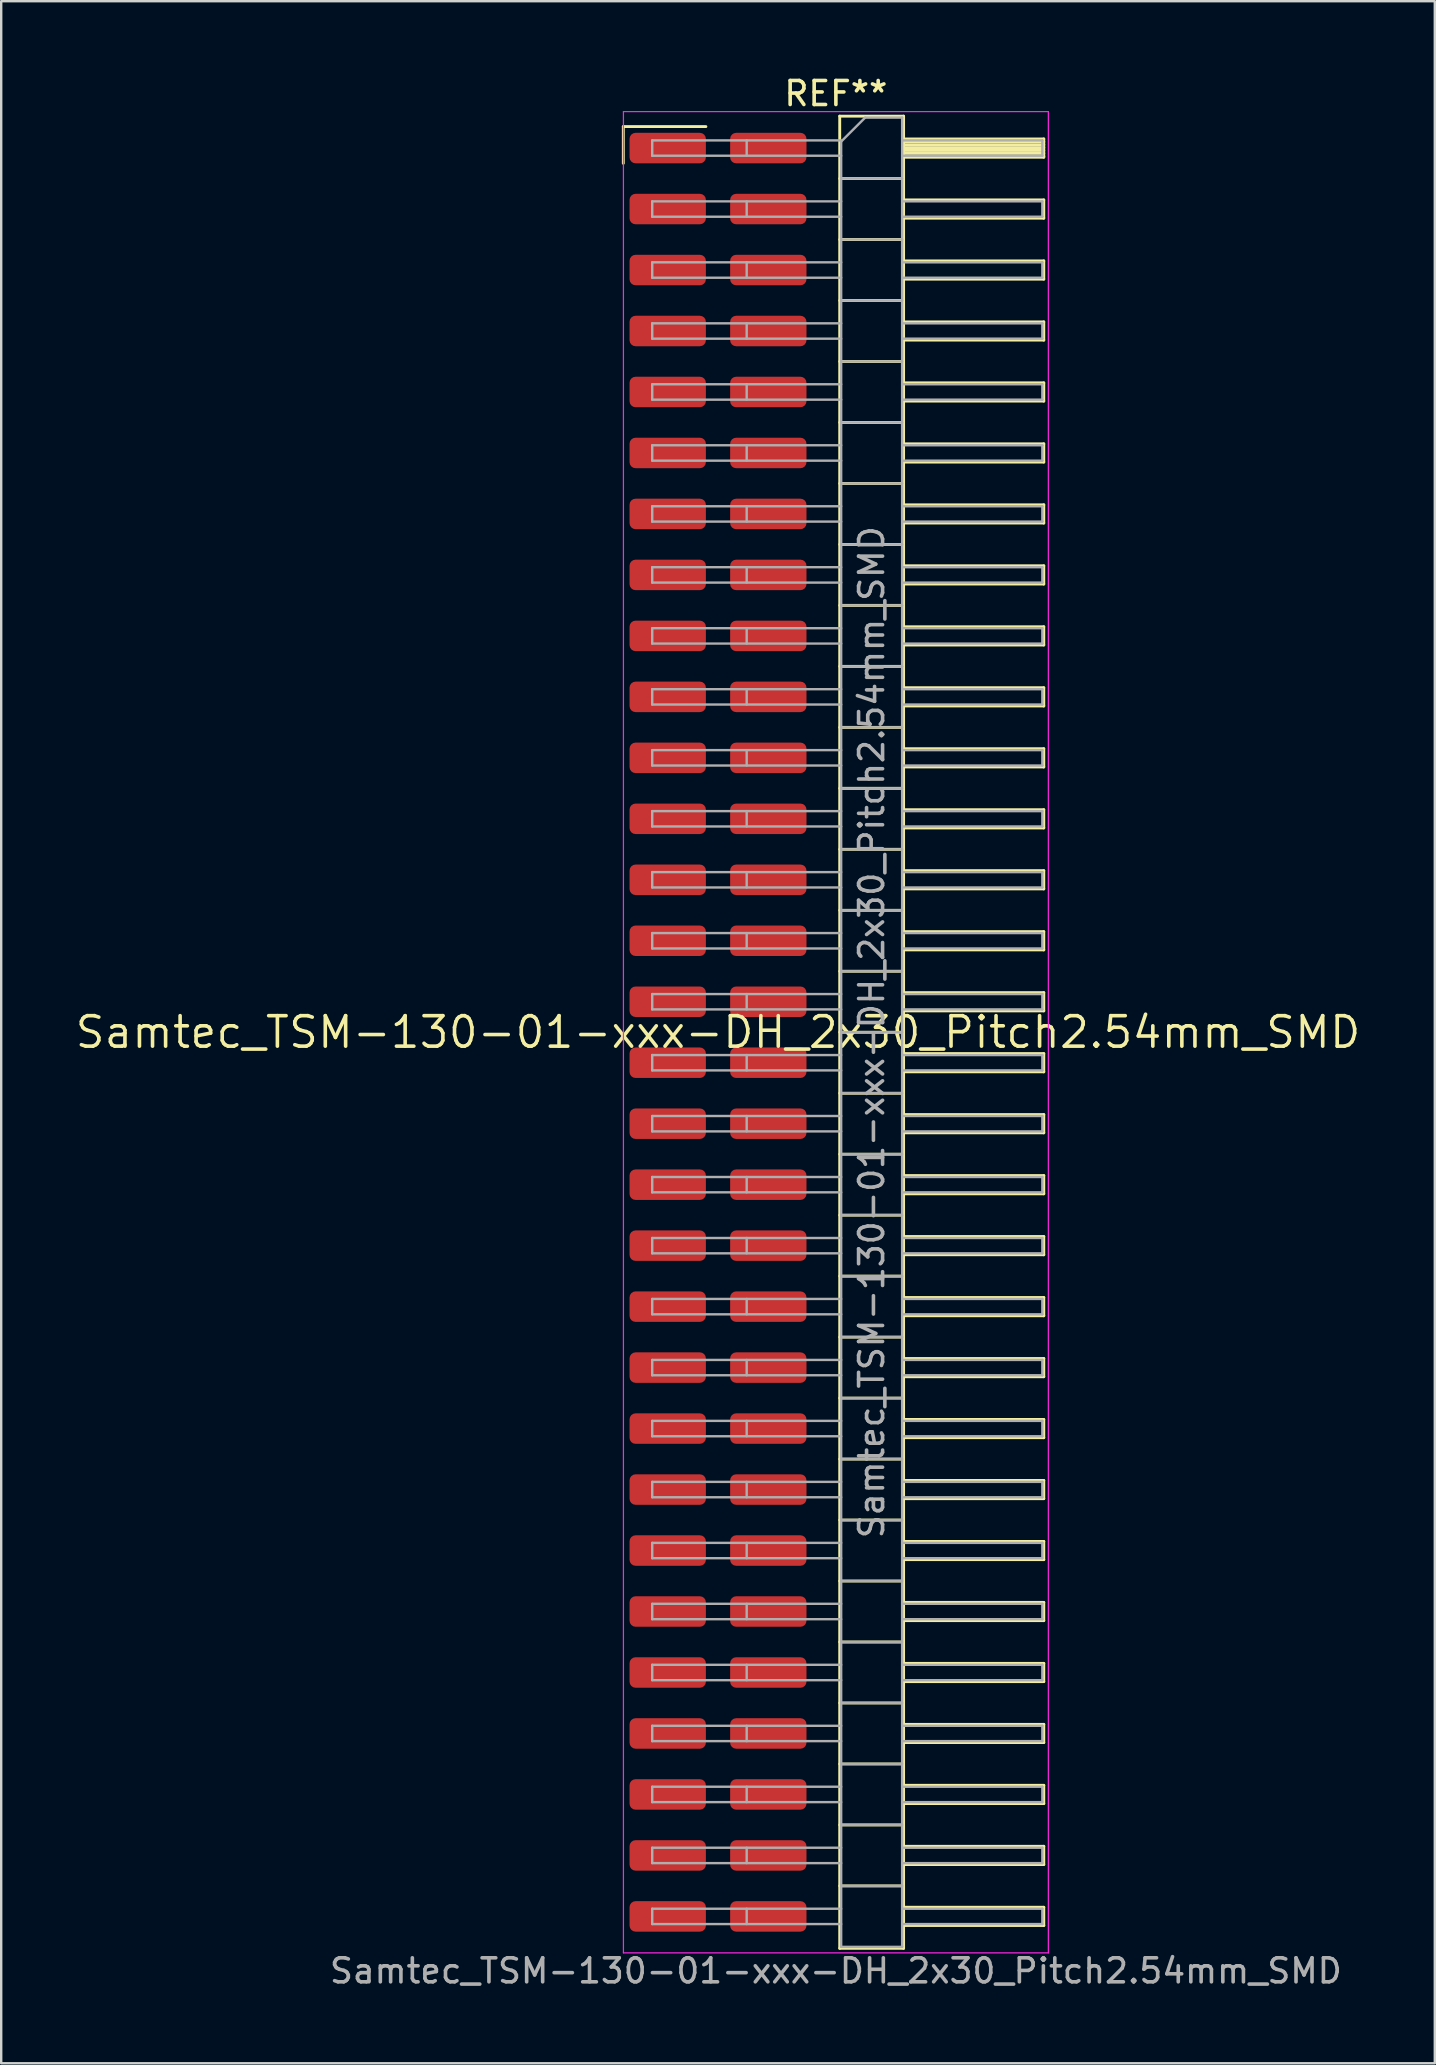
<source format=kicad_pcb>
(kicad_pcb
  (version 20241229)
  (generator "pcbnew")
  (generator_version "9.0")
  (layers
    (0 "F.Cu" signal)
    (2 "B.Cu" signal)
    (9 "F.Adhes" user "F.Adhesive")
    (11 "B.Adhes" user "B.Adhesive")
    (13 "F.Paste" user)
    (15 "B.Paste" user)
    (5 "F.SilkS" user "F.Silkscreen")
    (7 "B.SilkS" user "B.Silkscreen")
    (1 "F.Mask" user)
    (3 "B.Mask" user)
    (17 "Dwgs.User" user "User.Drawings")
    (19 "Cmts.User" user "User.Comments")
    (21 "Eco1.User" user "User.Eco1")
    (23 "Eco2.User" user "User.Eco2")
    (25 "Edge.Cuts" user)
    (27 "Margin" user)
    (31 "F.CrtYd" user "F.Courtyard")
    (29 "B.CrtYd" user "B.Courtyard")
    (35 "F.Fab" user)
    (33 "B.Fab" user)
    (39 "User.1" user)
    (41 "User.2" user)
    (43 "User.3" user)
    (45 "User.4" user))
  (footprint "Samtec_TSM-130-01-xxx-DH_2x30_Pitch2.54mm_SMD"
    (layer "F.Cu")
    (at 26.859 39.948)
    (property "Reference" "Samtec_TSM-130-01-xxx-DH_2x30_Pitch2.54mm_SMD" (at 0 0 0) (layer "F.SilkS") (effects (font (size 1.27 1.27) (thickness 0.15))))
    (attr smd)
    (fp_line (start -3.945 -37.725) (end -0.505 -37.725) (stroke (width 0.12) (type solid)) (layer "F.SilkS"))
    (fp_line (start -3.945 -36.195) (end -3.945 -37.725) (stroke (width 0.12) (type solid)) (layer "F.SilkS"))
    (fp_line (start 5.07 -38.16) (end 7.73 -38.16) (stroke (width 0.12) (type solid)) (layer "F.SilkS"))
    (fp_line (start 5.07 -35.56) (end 7.73 -35.56) (stroke (width 0.12) (type solid)) (layer "F.SilkS"))
    (fp_line (start 5.07 -33.02) (end 7.73 -33.02) (stroke (width 0.12) (type solid)) (layer "F.SilkS"))
    (fp_line (start 5.07 -30.48) (end 7.73 -30.48) (stroke (width 0.12) (type solid)) (layer "F.SilkS"))
    (fp_line (start 5.07 -27.94) (end 7.73 -27.94) (stroke (width 0.12) (type solid)) (layer "F.SilkS"))
    (fp_line (start 5.07 -25.4) (end 7.73 -25.4) (stroke (width 0.12) (type solid)) (layer "F.SilkS"))
    (fp_line (start 5.07 -22.86) (end 7.73 -22.86) (stroke (width 0.12) (type solid)) (layer "F.SilkS"))
    (fp_line (start 5.07 -20.32) (end 7.73 -20.32) (stroke (width 0.12) (type solid)) (layer "F.SilkS"))
    (fp_line (start 5.07 -17.78) (end 7.73 -17.78) (stroke (width 0.12) (type solid)) (layer "F.SilkS"))
    (fp_line (start 5.07 -15.24) (end 7.73 -15.24) (stroke (width 0.12) (type solid)) (layer "F.SilkS"))
    (fp_line (start 5.07 -12.7) (end 7.73 -12.7) (stroke (width 0.12) (type solid)) (layer "F.SilkS"))
    (fp_line (start 5.07 -10.16) (end 7.73 -10.16) (stroke (width 0.12) (type solid)) (layer "F.SilkS"))
    (fp_line (start 5.07 -7.62) (end 7.73 -7.62) (stroke (width 0.12) (type solid)) (layer "F.SilkS"))
    (fp_line (start 5.07 -5.08) (end 7.73 -5.08) (stroke (width 0.12) (type solid)) (layer "F.SilkS"))
    (fp_line (start 5.07 -2.54) (end 7.73 -2.54) (stroke (width 0.12) (type solid)) (layer "F.SilkS"))
    (fp_line (start 5.07 0) (end 7.73 0) (stroke (width 0.12) (type solid)) (layer "F.SilkS"))
    (fp_line (start 5.07 2.54) (end 7.73 2.54) (stroke (width 0.12) (type solid)) (layer "F.SilkS"))
    (fp_line (start 5.07 5.08) (end 7.73 5.08) (stroke (width 0.12) (type solid)) (layer "F.SilkS"))
    (fp_line (start 5.07 7.62) (end 7.73 7.62) (stroke (width 0.12) (type solid)) (layer "F.SilkS"))
    (fp_line (start 5.07 10.16) (end 7.73 10.16) (stroke (width 0.12) (type solid)) (layer "F.SilkS"))
    (fp_line (start 5.07 12.7) (end 7.73 12.7) (stroke (width 0.12) (type solid)) (layer "F.SilkS"))
    (fp_line (start 5.07 15.24) (end 7.73 15.24) (stroke (width 0.12) (type solid)) (layer "F.SilkS"))
    (fp_line (start 5.07 17.78) (end 7.73 17.78) (stroke (width 0.12) (type solid)) (layer "F.SilkS"))
    (fp_line (start 5.07 20.32) (end 7.73 20.32) (stroke (width 0.12) (type solid)) (layer "F.SilkS"))
    (fp_line (start 5.07 22.86) (end 7.73 22.86) (stroke (width 0.12) (type solid)) (layer "F.SilkS"))
    (fp_line (start 5.07 25.4) (end 7.73 25.4) (stroke (width 0.12) (type solid)) (layer "F.SilkS"))
    (fp_line (start 5.07 27.94) (end 7.73 27.94) (stroke (width 0.12) (type solid)) (layer "F.SilkS"))
    (fp_line (start 5.07 30.48) (end 7.73 30.48) (stroke (width 0.12) (type solid)) (layer "F.SilkS"))
    (fp_line (start 5.07 33.02) (end 7.73 33.02) (stroke (width 0.12) (type solid)) (layer "F.SilkS"))
    (fp_line (start 5.07 35.56) (end 7.73 35.56) (stroke (width 0.12) (type solid)) (layer "F.SilkS"))
    (fp_line (start 5.07 38.16) (end 5.07 -38.16) (stroke (width 0.12) (type solid)) (layer "F.SilkS"))
    (fp_line (start 7.73 -38.16) (end 7.73 38.16) (stroke (width 0.12) (type solid)) (layer "F.SilkS"))
    (fp_line (start 7.73 -37.21) (end 13.57 -37.21) (stroke (width 0.12) (type solid)) (layer "F.SilkS"))
    (fp_line (start 7.73 -37.09) (end 13.57 -37.09) (stroke (width 0.12) (type solid)) (layer "F.SilkS"))
    (fp_line (start 7.73 -36.97) (end 13.57 -36.97) (stroke (width 0.12) (type solid)) (layer "F.SilkS"))
    (fp_line (start 7.73 -36.85) (end 13.57 -36.85) (stroke (width 0.12) (type solid)) (layer "F.SilkS"))
    (fp_line (start 7.73 -36.73) (end 13.57 -36.73) (stroke (width 0.12) (type solid)) (layer "F.SilkS"))
    (fp_line (start 7.73 -36.61) (end 13.57 -36.61) (stroke (width 0.12) (type solid)) (layer "F.SilkS"))
    (fp_line (start 7.73 -36.49) (end 13.57 -36.49) (stroke (width 0.12) (type solid)) (layer "F.SilkS"))
    (fp_line (start 7.73 -36.45) (end 13.57 -36.45) (stroke (width 0.12) (type solid)) (layer "F.SilkS"))
    (fp_line (start 7.73 -34.67) (end 13.57 -34.67) (stroke (width 0.12) (type solid)) (layer "F.SilkS"))
    (fp_line (start 7.73 -33.91) (end 13.57 -33.91) (stroke (width 0.12) (type solid)) (layer "F.SilkS"))
    (fp_line (start 7.73 -32.13) (end 13.57 -32.13) (stroke (width 0.12) (type solid)) (layer "F.SilkS"))
    (fp_line (start 7.73 -31.37) (end 13.57 -31.37) (stroke (width 0.12) (type solid)) (layer "F.SilkS"))
    (fp_line (start 7.73 -29.59) (end 13.57 -29.59) (stroke (width 0.12) (type solid)) (layer "F.SilkS"))
    (fp_line (start 7.73 -28.83) (end 13.57 -28.83) (stroke (width 0.12) (type solid)) (layer "F.SilkS"))
    (fp_line (start 7.73 -27.05) (end 13.57 -27.05) (stroke (width 0.12) (type solid)) (layer "F.SilkS"))
    (fp_line (start 7.73 -26.29) (end 13.57 -26.29) (stroke (width 0.12) (type solid)) (layer "F.SilkS"))
    (fp_line (start 7.73 -24.51) (end 13.57 -24.51) (stroke (width 0.12) (type solid)) (layer "F.SilkS"))
    (fp_line (start 7.73 -23.75) (end 13.57 -23.75) (stroke (width 0.12) (type solid)) (layer "F.SilkS"))
    (fp_line (start 7.73 -21.97) (end 13.57 -21.97) (stroke (width 0.12) (type solid)) (layer "F.SilkS"))
    (fp_line (start 7.73 -21.21) (end 13.57 -21.21) (stroke (width 0.12) (type solid)) (layer "F.SilkS"))
    (fp_line (start 7.73 -19.43) (end 13.57 -19.43) (stroke (width 0.12) (type solid)) (layer "F.SilkS"))
    (fp_line (start 7.73 -18.67) (end 13.57 -18.67) (stroke (width 0.12) (type solid)) (layer "F.SilkS"))
    (fp_line (start 7.73 -16.89) (end 13.57 -16.89) (stroke (width 0.12) (type solid)) (layer "F.SilkS"))
    (fp_line (start 7.73 -16.13) (end 13.57 -16.13) (stroke (width 0.12) (type solid)) (layer "F.SilkS"))
    (fp_line (start 7.73 -14.35) (end 13.57 -14.35) (stroke (width 0.12) (type solid)) (layer "F.SilkS"))
    (fp_line (start 7.73 -13.59) (end 13.57 -13.59) (stroke (width 0.12) (type solid)) (layer "F.SilkS"))
    (fp_line (start 7.73 -11.81) (end 13.57 -11.81) (stroke (width 0.12) (type solid)) (layer "F.SilkS"))
    (fp_line (start 7.73 -11.05) (end 13.57 -11.05) (stroke (width 0.12) (type solid)) (layer "F.SilkS"))
    (fp_line (start 7.73 -9.27) (end 13.57 -9.27) (stroke (width 0.12) (type solid)) (layer "F.SilkS"))
    (fp_line (start 7.73 -8.51) (end 13.57 -8.51) (stroke (width 0.12) (type solid)) (layer "F.SilkS"))
    (fp_line (start 7.73 -6.73) (end 13.57 -6.73) (stroke (width 0.12) (type solid)) (layer "F.SilkS"))
    (fp_line (start 7.73 -5.97) (end 13.57 -5.97) (stroke (width 0.12) (type solid)) (layer "F.SilkS"))
    (fp_line (start 7.73 -4.19) (end 13.57 -4.19) (stroke (width 0.12) (type solid)) (layer "F.SilkS"))
    (fp_line (start 7.73 -3.43) (end 13.57 -3.43) (stroke (width 0.12) (type solid)) (layer "F.SilkS"))
    (fp_line (start 7.73 -1.65) (end 13.57 -1.65) (stroke (width 0.12) (type solid)) (layer "F.SilkS"))
    (fp_line (start 7.73 -0.89) (end 13.57 -0.89) (stroke (width 0.12) (type solid)) (layer "F.SilkS"))
    (fp_line (start 7.73 0.89) (end 13.57 0.89) (stroke (width 0.12) (type solid)) (layer "F.SilkS"))
    (fp_line (start 7.73 1.65) (end 13.57 1.65) (stroke (width 0.12) (type solid)) (layer "F.SilkS"))
    (fp_line (start 7.73 3.43) (end 13.57 3.43) (stroke (width 0.12) (type solid)) (layer "F.SilkS"))
    (fp_line (start 7.73 4.19) (end 13.57 4.19) (stroke (width 0.12) (type solid)) (layer "F.SilkS"))
    (fp_line (start 7.73 5.97) (end 13.57 5.97) (stroke (width 0.12) (type solid)) (layer "F.SilkS"))
    (fp_line (start 7.73 6.73) (end 13.57 6.73) (stroke (width 0.12) (type solid)) (layer "F.SilkS"))
    (fp_line (start 7.73 8.51) (end 13.57 8.51) (stroke (width 0.12) (type solid)) (layer "F.SilkS"))
    (fp_line (start 7.73 9.27) (end 13.57 9.27) (stroke (width 0.12) (type solid)) (layer "F.SilkS"))
    (fp_line (start 7.73 11.05) (end 13.57 11.05) (stroke (width 0.12) (type solid)) (layer "F.SilkS"))
    (fp_line (start 7.73 11.81) (end 13.57 11.81) (stroke (width 0.12) (type solid)) (layer "F.SilkS"))
    (fp_line (start 7.73 13.59) (end 13.57 13.59) (stroke (width 0.12) (type solid)) (layer "F.SilkS"))
    (fp_line (start 7.73 14.35) (end 13.57 14.35) (stroke (width 0.12) (type solid)) (layer "F.SilkS"))
    (fp_line (start 7.73 16.13) (end 13.57 16.13) (stroke (width 0.12) (type solid)) (layer "F.SilkS"))
    (fp_line (start 7.73 16.89) (end 13.57 16.89) (stroke (width 0.12) (type solid)) (layer "F.SilkS"))
    (fp_line (start 7.73 18.67) (end 13.57 18.67) (stroke (width 0.12) (type solid)) (layer "F.SilkS"))
    (fp_line (start 7.73 19.43) (end 13.57 19.43) (stroke (width 0.12) (type solid)) (layer "F.SilkS"))
    (fp_line (start 7.73 21.21) (end 13.57 21.21) (stroke (width 0.12) (type solid)) (layer "F.SilkS"))
    (fp_line (start 7.73 21.97) (end 13.57 21.97) (stroke (width 0.12) (type solid)) (layer "F.SilkS"))
    (fp_line (start 7.73 23.75) (end 13.57 23.75) (stroke (width 0.12) (type solid)) (layer "F.SilkS"))
    (fp_line (start 7.73 24.51) (end 13.57 24.51) (stroke (width 0.12) (type solid)) (layer "F.SilkS"))
    (fp_line (start 7.73 26.29) (end 13.57 26.29) (stroke (width 0.12) (type solid)) (layer "F.SilkS"))
    (fp_line (start 7.73 27.05) (end 13.57 27.05) (stroke (width 0.12) (type solid)) (layer "F.SilkS"))
    (fp_line (start 7.73 28.83) (end 13.57 28.83) (stroke (width 0.12) (type solid)) (layer "F.SilkS"))
    (fp_line (start 7.73 29.59) (end 13.57 29.59) (stroke (width 0.12) (type solid)) (layer "F.SilkS"))
    (fp_line (start 7.73 31.37) (end 13.57 31.37) (stroke (width 0.12) (type solid)) (layer "F.SilkS"))
    (fp_line (start 7.73 32.13) (end 13.57 32.13) (stroke (width 0.12) (type solid)) (layer "F.SilkS"))
    (fp_line (start 7.73 33.91) (end 13.57 33.91) (stroke (width 0.12) (type solid)) (layer "F.SilkS"))
    (fp_line (start 7.73 34.67) (end 13.57 34.67) (stroke (width 0.12) (type solid)) (layer "F.SilkS"))
    (fp_line (start 7.73 36.45) (end 13.57 36.45) (stroke (width 0.12) (type solid)) (layer "F.SilkS"))
    (fp_line (start 7.73 37.21) (end 13.57 37.21) (stroke (width 0.12) (type solid)) (layer "F.SilkS"))
    (fp_line (start 7.73 38.16) (end 5.07 38.16) (stroke (width 0.12) (type solid)) (layer "F.SilkS"))
    (fp_line (start 13.57 -37.21) (end 13.57 -36.45) (stroke (width 0.12) (type solid)) (layer "F.SilkS"))
    (fp_line (start 13.57 -34.67) (end 13.57 -33.91) (stroke (width 0.12) (type solid)) (layer "F.SilkS"))
    (fp_line (start 13.57 -32.13) (end 13.57 -31.37) (stroke (width 0.12) (type solid)) (layer "F.SilkS"))
    (fp_line (start 13.57 -29.59) (end 13.57 -28.83) (stroke (width 0.12) (type solid)) (layer "F.SilkS"))
    (fp_line (start 13.57 -27.05) (end 13.57 -26.29) (stroke (width 0.12) (type solid)) (layer "F.SilkS"))
    (fp_line (start 13.57 -24.51) (end 13.57 -23.75) (stroke (width 0.12) (type solid)) (layer "F.SilkS"))
    (fp_line (start 13.57 -21.97) (end 13.57 -21.21) (stroke (width 0.12) (type solid)) (layer "F.SilkS"))
    (fp_line (start 13.57 -19.43) (end 13.57 -18.67) (stroke (width 0.12) (type solid)) (layer "F.SilkS"))
    (fp_line (start 13.57 -16.89) (end 13.57 -16.13) (stroke (width 0.12) (type solid)) (layer "F.SilkS"))
    (fp_line (start 13.57 -14.35) (end 13.57 -13.59) (stroke (width 0.12) (type solid)) (layer "F.SilkS"))
    (fp_line (start 13.57 -11.81) (end 13.57 -11.05) (stroke (width 0.12) (type solid)) (layer "F.SilkS"))
    (fp_line (start 13.57 -9.27) (end 13.57 -8.51) (stroke (width 0.12) (type solid)) (layer "F.SilkS"))
    (fp_line (start 13.57 -6.73) (end 13.57 -5.97) (stroke (width 0.12) (type solid)) (layer "F.SilkS"))
    (fp_line (start 13.57 -4.19) (end 13.57 -3.43) (stroke (width 0.12) (type solid)) (layer "F.SilkS"))
    (fp_line (start 13.57 -1.65) (end 13.57 -0.89) (stroke (width 0.12) (type solid)) (layer "F.SilkS"))
    (fp_line (start 13.57 0.89) (end 13.57 1.65) (stroke (width 0.12) (type solid)) (layer "F.SilkS"))
    (fp_line (start 13.57 3.43) (end 13.57 4.19) (stroke (width 0.12) (type solid)) (layer "F.SilkS"))
    (fp_line (start 13.57 5.97) (end 13.57 6.73) (stroke (width 0.12) (type solid)) (layer "F.SilkS"))
    (fp_line (start 13.57 8.51) (end 13.57 9.27) (stroke (width 0.12) (type solid)) (layer "F.SilkS"))
    (fp_line (start 13.57 11.05) (end 13.57 11.81) (stroke (width 0.12) (type solid)) (layer "F.SilkS"))
    (fp_line (start 13.57 13.59) (end 13.57 14.35) (stroke (width 0.12) (type solid)) (layer "F.SilkS"))
    (fp_line (start 13.57 16.13) (end 13.57 16.89) (stroke (width 0.12) (type solid)) (layer "F.SilkS"))
    (fp_line (start 13.57 18.67) (end 13.57 19.43) (stroke (width 0.12) (type solid)) (layer "F.SilkS"))
    (fp_line (start 13.57 21.21) (end 13.57 21.97) (stroke (width 0.12) (type solid)) (layer "F.SilkS"))
    (fp_line (start 13.57 23.75) (end 13.57 24.51) (stroke (width 0.12) (type solid)) (layer "F.SilkS"))
    (fp_line (start 13.57 26.29) (end 13.57 27.05) (stroke (width 0.12) (type solid)) (layer "F.SilkS"))
    (fp_line (start 13.57 28.83) (end 13.57 29.59) (stroke (width 0.12) (type solid)) (layer "F.SilkS"))
    (fp_line (start 13.57 31.37) (end 13.57 32.13) (stroke (width 0.12) (type solid)) (layer "F.SilkS"))
    (fp_line (start 13.57 33.91) (end 13.57 34.67) (stroke (width 0.12) (type solid)) (layer "F.SilkS"))
    (fp_line (start 13.57 36.45) (end 13.57 37.21) (stroke (width 0.12) (type solid)) (layer "F.SilkS"))
    (fp_line (start -3.94 -38.35) (end 13.76 -38.35) (stroke (width 0.05) (type solid)) (layer "F.CrtYd"))
    (fp_line (start -3.94 38.35) (end -3.94 -38.35) (stroke (width 0.05) (type solid)) (layer "F.CrtYd"))
    (fp_line (start 13.76 -38.35) (end 13.76 38.35) (stroke (width 0.05) (type solid)) (layer "F.CrtYd"))
    (fp_line (start 13.76 38.35) (end -3.94 38.35) (stroke (width 0.05) (type solid)) (layer "F.CrtYd"))
    (fp_line (start -2.74 -37.15) (end -2.74 -36.51) (stroke (width 0.1) (type solid)) (layer "F.Fab"))
    (fp_line (start -2.74 -37.15) (end 5.13 -37.15) (stroke (width 0.1) (type solid)) (layer "F.Fab"))
    (fp_line (start -2.74 -36.51) (end 5.13 -36.51) (stroke (width 0.1) (type solid)) (layer "F.Fab"))
    (fp_line (start -2.74 -34.61) (end -2.74 -33.97) (stroke (width 0.1) (type solid)) (layer "F.Fab"))
    (fp_line (start -2.74 -34.61) (end 5.13 -34.61) (stroke (width 0.1) (type solid)) (layer "F.Fab"))
    (fp_line (start -2.74 -33.97) (end 5.13 -33.97) (stroke (width 0.1) (type solid)) (layer "F.Fab"))
    (fp_line (start -2.74 -32.07) (end -2.74 -31.43) (stroke (width 0.1) (type solid)) (layer "F.Fab"))
    (fp_line (start -2.74 -32.07) (end 5.13 -32.07) (stroke (width 0.1) (type solid)) (layer "F.Fab"))
    (fp_line (start -2.74 -31.43) (end 5.13 -31.43) (stroke (width 0.1) (type solid)) (layer "F.Fab"))
    (fp_line (start -2.74 -29.53) (end -2.74 -28.89) (stroke (width 0.1) (type solid)) (layer "F.Fab"))
    (fp_line (start -2.74 -29.53) (end 5.13 -29.53) (stroke (width 0.1) (type solid)) (layer "F.Fab"))
    (fp_line (start -2.74 -28.89) (end 5.13 -28.89) (stroke (width 0.1) (type solid)) (layer "F.Fab"))
    (fp_line (start -2.74 -26.99) (end -2.74 -26.35) (stroke (width 0.1) (type solid)) (layer "F.Fab"))
    (fp_line (start -2.74 -26.99) (end 5.13 -26.99) (stroke (width 0.1) (type solid)) (layer "F.Fab"))
    (fp_line (start -2.74 -26.35) (end 5.13 -26.35) (stroke (width 0.1) (type solid)) (layer "F.Fab"))
    (fp_line (start -2.74 -24.45) (end -2.74 -23.81) (stroke (width 0.1) (type solid)) (layer "F.Fab"))
    (fp_line (start -2.74 -24.45) (end 5.13 -24.45) (stroke (width 0.1) (type solid)) (layer "F.Fab"))
    (fp_line (start -2.74 -23.81) (end 5.13 -23.81) (stroke (width 0.1) (type solid)) (layer "F.Fab"))
    (fp_line (start -2.74 -21.91) (end -2.74 -21.27) (stroke (width 0.1) (type solid)) (layer "F.Fab"))
    (fp_line (start -2.74 -21.91) (end 5.13 -21.91) (stroke (width 0.1) (type solid)) (layer "F.Fab"))
    (fp_line (start -2.74 -21.27) (end 5.13 -21.27) (stroke (width 0.1) (type solid)) (layer "F.Fab"))
    (fp_line (start -2.74 -19.37) (end -2.74 -18.73) (stroke (width 0.1) (type solid)) (layer "F.Fab"))
    (fp_line (start -2.74 -19.37) (end 5.13 -19.37) (stroke (width 0.1) (type solid)) (layer "F.Fab"))
    (fp_line (start -2.74 -18.73) (end 5.13 -18.73) (stroke (width 0.1) (type solid)) (layer "F.Fab"))
    (fp_line (start -2.74 -16.83) (end -2.74 -16.19) (stroke (width 0.1) (type solid)) (layer "F.Fab"))
    (fp_line (start -2.74 -16.83) (end 5.13 -16.83) (stroke (width 0.1) (type solid)) (layer "F.Fab"))
    (fp_line (start -2.74 -16.19) (end 5.13 -16.19) (stroke (width 0.1) (type solid)) (layer "F.Fab"))
    (fp_line (start -2.74 -14.29) (end -2.74 -13.65) (stroke (width 0.1) (type solid)) (layer "F.Fab"))
    (fp_line (start -2.74 -14.29) (end 5.13 -14.29) (stroke (width 0.1) (type solid)) (layer "F.Fab"))
    (fp_line (start -2.74 -13.65) (end 5.13 -13.65) (stroke (width 0.1) (type solid)) (layer "F.Fab"))
    (fp_line (start -2.74 -11.75) (end -2.74 -11.11) (stroke (width 0.1) (type solid)) (layer "F.Fab"))
    (fp_line (start -2.74 -11.75) (end 5.13 -11.75) (stroke (width 0.1) (type solid)) (layer "F.Fab"))
    (fp_line (start -2.74 -11.11) (end 5.13 -11.11) (stroke (width 0.1) (type solid)) (layer "F.Fab"))
    (fp_line (start -2.74 -9.21) (end -2.74 -8.57) (stroke (width 0.1) (type solid)) (layer "F.Fab"))
    (fp_line (start -2.74 -9.21) (end 5.13 -9.21) (stroke (width 0.1) (type solid)) (layer "F.Fab"))
    (fp_line (start -2.74 -8.57) (end 5.13 -8.57) (stroke (width 0.1) (type solid)) (layer "F.Fab"))
    (fp_line (start -2.74 -6.67) (end -2.74 -6.03) (stroke (width 0.1) (type solid)) (layer "F.Fab"))
    (fp_line (start -2.74 -6.67) (end 5.13 -6.67) (stroke (width 0.1) (type solid)) (layer "F.Fab"))
    (fp_line (start -2.74 -6.03) (end 5.13 -6.03) (stroke (width 0.1) (type solid)) (layer "F.Fab"))
    (fp_line (start -2.74 -4.13) (end -2.74 -3.49) (stroke (width 0.1) (type solid)) (layer "F.Fab"))
    (fp_line (start -2.74 -4.13) (end 5.13 -4.13) (stroke (width 0.1) (type solid)) (layer "F.Fab"))
    (fp_line (start -2.74 -3.49) (end 5.13 -3.49) (stroke (width 0.1) (type solid)) (layer "F.Fab"))
    (fp_line (start -2.74 -1.59) (end -2.74 -0.95) (stroke (width 0.1) (type solid)) (layer "F.Fab"))
    (fp_line (start -2.74 -1.59) (end 5.13 -1.59) (stroke (width 0.1) (type solid)) (layer "F.Fab"))
    (fp_line (start -2.74 -0.95) (end 5.13 -0.95) (stroke (width 0.1) (type solid)) (layer "F.Fab"))
    (fp_line (start -2.74 0.95) (end -2.74 1.59) (stroke (width 0.1) (type solid)) (layer "F.Fab"))
    (fp_line (start -2.74 0.95) (end 5.13 0.95) (stroke (width 0.1) (type solid)) (layer "F.Fab"))
    (fp_line (start -2.74 1.59) (end 5.13 1.59) (stroke (width 0.1) (type solid)) (layer "F.Fab"))
    (fp_line (start -2.74 3.49) (end -2.74 4.13) (stroke (width 0.1) (type solid)) (layer "F.Fab"))
    (fp_line (start -2.74 3.49) (end 5.13 3.49) (stroke (width 0.1) (type solid)) (layer "F.Fab"))
    (fp_line (start -2.74 4.13) (end 5.13 4.13) (stroke (width 0.1) (type solid)) (layer "F.Fab"))
    (fp_line (start -2.74 6.03) (end -2.74 6.67) (stroke (width 0.1) (type solid)) (layer "F.Fab"))
    (fp_line (start -2.74 6.03) (end 5.13 6.03) (stroke (width 0.1) (type solid)) (layer "F.Fab"))
    (fp_line (start -2.74 6.67) (end 5.13 6.67) (stroke (width 0.1) (type solid)) (layer "F.Fab"))
    (fp_line (start -2.74 8.57) (end -2.74 9.21) (stroke (width 0.1) (type solid)) (layer "F.Fab"))
    (fp_line (start -2.74 8.57) (end 5.13 8.57) (stroke (width 0.1) (type solid)) (layer "F.Fab"))
    (fp_line (start -2.74 9.21) (end 5.13 9.21) (stroke (width 0.1) (type solid)) (layer "F.Fab"))
    (fp_line (start -2.74 11.11) (end -2.74 11.75) (stroke (width 0.1) (type solid)) (layer "F.Fab"))
    (fp_line (start -2.74 11.11) (end 5.13 11.11) (stroke (width 0.1) (type solid)) (layer "F.Fab"))
    (fp_line (start -2.74 11.75) (end 5.13 11.75) (stroke (width 0.1) (type solid)) (layer "F.Fab"))
    (fp_line (start -2.74 13.65) (end -2.74 14.29) (stroke (width 0.1) (type solid)) (layer "F.Fab"))
    (fp_line (start -2.74 13.65) (end 5.13 13.65) (stroke (width 0.1) (type solid)) (layer "F.Fab"))
    (fp_line (start -2.74 14.29) (end 5.13 14.29) (stroke (width 0.1) (type solid)) (layer "F.Fab"))
    (fp_line (start -2.74 16.19) (end -2.74 16.83) (stroke (width 0.1) (type solid)) (layer "F.Fab"))
    (fp_line (start -2.74 16.19) (end 5.13 16.19) (stroke (width 0.1) (type solid)) (layer "F.Fab"))
    (fp_line (start -2.74 16.83) (end 5.13 16.83) (stroke (width 0.1) (type solid)) (layer "F.Fab"))
    (fp_line (start -2.74 18.73) (end -2.74 19.37) (stroke (width 0.1) (type solid)) (layer "F.Fab"))
    (fp_line (start -2.74 18.73) (end 5.13 18.73) (stroke (width 0.1) (type solid)) (layer "F.Fab"))
    (fp_line (start -2.74 19.37) (end 5.13 19.37) (stroke (width 0.1) (type solid)) (layer "F.Fab"))
    (fp_line (start -2.74 21.27) (end -2.74 21.91) (stroke (width 0.1) (type solid)) (layer "F.Fab"))
    (fp_line (start -2.74 21.27) (end 5.13 21.27) (stroke (width 0.1) (type solid)) (layer "F.Fab"))
    (fp_line (start -2.74 21.91) (end 5.13 21.91) (stroke (width 0.1) (type solid)) (layer "F.Fab"))
    (fp_line (start -2.74 23.81) (end -2.74 24.45) (stroke (width 0.1) (type solid)) (layer "F.Fab"))
    (fp_line (start -2.74 23.81) (end 5.13 23.81) (stroke (width 0.1) (type solid)) (layer "F.Fab"))
    (fp_line (start -2.74 24.45) (end 5.13 24.45) (stroke (width 0.1) (type solid)) (layer "F.Fab"))
    (fp_line (start -2.74 26.35) (end -2.74 26.99) (stroke (width 0.1) (type solid)) (layer "F.Fab"))
    (fp_line (start -2.74 26.35) (end 5.13 26.35) (stroke (width 0.1) (type solid)) (layer "F.Fab"))
    (fp_line (start -2.74 26.99) (end 5.13 26.99) (stroke (width 0.1) (type solid)) (layer "F.Fab"))
    (fp_line (start -2.74 28.89) (end -2.74 29.53) (stroke (width 0.1) (type solid)) (layer "F.Fab"))
    (fp_line (start -2.74 28.89) (end 5.13 28.89) (stroke (width 0.1) (type solid)) (layer "F.Fab"))
    (fp_line (start -2.74 29.53) (end 5.13 29.53) (stroke (width 0.1) (type solid)) (layer "F.Fab"))
    (fp_line (start -2.74 31.43) (end -2.74 32.07) (stroke (width 0.1) (type solid)) (layer "F.Fab"))
    (fp_line (start -2.74 31.43) (end 5.13 31.43) (stroke (width 0.1) (type solid)) (layer "F.Fab"))
    (fp_line (start -2.74 32.07) (end 5.13 32.07) (stroke (width 0.1) (type solid)) (layer "F.Fab"))
    (fp_line (start -2.74 33.97) (end -2.74 34.61) (stroke (width 0.1) (type solid)) (layer "F.Fab"))
    (fp_line (start -2.74 33.97) (end 5.13 33.97) (stroke (width 0.1) (type solid)) (layer "F.Fab"))
    (fp_line (start -2.74 34.61) (end 5.13 34.61) (stroke (width 0.1) (type solid)) (layer "F.Fab"))
    (fp_line (start -2.74 36.51) (end -2.74 37.15) (stroke (width 0.1) (type solid)) (layer "F.Fab"))
    (fp_line (start -2.74 36.51) (end 5.13 36.51) (stroke (width 0.1) (type solid)) (layer "F.Fab"))
    (fp_line (start -2.74 37.15) (end 5.13 37.15) (stroke (width 0.1) (type solid)) (layer "F.Fab"))
    (fp_line (start 1.195 -37.15) (end 1.195 -36.51) (stroke (width 0.1) (type solid)) (layer "F.Fab"))
    (fp_line (start 1.195 -34.61) (end 1.195 -33.97) (stroke (width 0.1) (type solid)) (layer "F.Fab"))
    (fp_line (start 1.195 -32.07) (end 1.195 -31.43) (stroke (width 0.1) (type solid)) (layer "F.Fab"))
    (fp_line (start 1.195 -29.53) (end 1.195 -28.89) (stroke (width 0.1) (type solid)) (layer "F.Fab"))
    (fp_line (start 1.195 -26.99) (end 1.195 -26.35) (stroke (width 0.1) (type solid)) (layer "F.Fab"))
    (fp_line (start 1.195 -24.45) (end 1.195 -23.81) (stroke (width 0.1) (type solid)) (layer "F.Fab"))
    (fp_line (start 1.195 -21.91) (end 1.195 -21.27) (stroke (width 0.1) (type solid)) (layer "F.Fab"))
    (fp_line (start 1.195 -19.37) (end 1.195 -18.73) (stroke (width 0.1) (type solid)) (layer "F.Fab"))
    (fp_line (start 1.195 -16.83) (end 1.195 -16.19) (stroke (width 0.1) (type solid)) (layer "F.Fab"))
    (fp_line (start 1.195 -14.29) (end 1.195 -13.65) (stroke (width 0.1) (type solid)) (layer "F.Fab"))
    (fp_line (start 1.195 -11.75) (end 1.195 -11.11) (stroke (width 0.1) (type solid)) (layer "F.Fab"))
    (fp_line (start 1.195 -9.21) (end 1.195 -8.57) (stroke (width 0.1) (type solid)) (layer "F.Fab"))
    (fp_line (start 1.195 -6.67) (end 1.195 -6.03) (stroke (width 0.1) (type solid)) (layer "F.Fab"))
    (fp_line (start 1.195 -4.13) (end 1.195 -3.49) (stroke (width 0.1) (type solid)) (layer "F.Fab"))
    (fp_line (start 1.195 -1.59) (end 1.195 -0.95) (stroke (width 0.1) (type solid)) (layer "F.Fab"))
    (fp_line (start 1.195 0.95) (end 1.195 1.59) (stroke (width 0.1) (type solid)) (layer "F.Fab"))
    (fp_line (start 1.195 3.49) (end 1.195 4.13) (stroke (width 0.1) (type solid)) (layer "F.Fab"))
    (fp_line (start 1.195 6.03) (end 1.195 6.67) (stroke (width 0.1) (type solid)) (layer "F.Fab"))
    (fp_line (start 1.195 8.57) (end 1.195 9.21) (stroke (width 0.1) (type solid)) (layer "F.Fab"))
    (fp_line (start 1.195 11.11) (end 1.195 11.75) (stroke (width 0.1) (type solid)) (layer "F.Fab"))
    (fp_line (start 1.195 13.65) (end 1.195 14.29) (stroke (width 0.1) (type solid)) (layer "F.Fab"))
    (fp_line (start 1.195 16.19) (end 1.195 16.83) (stroke (width 0.1) (type solid)) (layer "F.Fab"))
    (fp_line (start 1.195 18.73) (end 1.195 19.37) (stroke (width 0.1) (type solid)) (layer "F.Fab"))
    (fp_line (start 1.195 21.27) (end 1.195 21.91) (stroke (width 0.1) (type solid)) (layer "F.Fab"))
    (fp_line (start 1.195 23.81) (end 1.195 24.45) (stroke (width 0.1) (type solid)) (layer "F.Fab"))
    (fp_line (start 1.195 26.35) (end 1.195 26.99) (stroke (width 0.1) (type solid)) (layer "F.Fab"))
    (fp_line (start 1.195 28.89) (end 1.195 29.53) (stroke (width 0.1) (type solid)) (layer "F.Fab"))
    (fp_line (start 1.195 31.43) (end 1.195 32.07) (stroke (width 0.1) (type solid)) (layer "F.Fab"))
    (fp_line (start 1.195 33.97) (end 1.195 34.61) (stroke (width 0.1) (type solid)) (layer "F.Fab"))
    (fp_line (start 1.195 36.51) (end 1.195 37.15) (stroke (width 0.1) (type solid)) (layer "F.Fab"))
    (fp_line (start 5.13 -37.1) (end 6.13 -38.1) (stroke (width 0.1) (type solid)) (layer "F.Fab"))
    (fp_line (start 5.13 -35.56) (end 7.67 -35.56) (stroke (width 0.1) (type solid)) (layer "F.Fab"))
    (fp_line (start 5.13 -33.02) (end 7.67 -33.02) (stroke (width 0.1) (type solid)) (layer "F.Fab"))
    (fp_line (start 5.13 -30.48) (end 7.67 -30.48) (stroke (width 0.1) (type solid)) (layer "F.Fab"))
    (fp_line (start 5.13 -27.94) (end 7.67 -27.94) (stroke (width 0.1) (type solid)) (layer "F.Fab"))
    (fp_line (start 5.13 -25.4) (end 7.67 -25.4) (stroke (width 0.1) (type solid)) (layer "F.Fab"))
    (fp_line (start 5.13 -22.86) (end 7.67 -22.86) (stroke (width 0.1) (type solid)) (layer "F.Fab"))
    (fp_line (start 5.13 -20.32) (end 7.67 -20.32) (stroke (width 0.1) (type solid)) (layer "F.Fab"))
    (fp_line (start 5.13 -17.78) (end 7.67 -17.78) (stroke (width 0.1) (type solid)) (layer "F.Fab"))
    (fp_line (start 5.13 -15.24) (end 7.67 -15.24) (stroke (width 0.1) (type solid)) (layer "F.Fab"))
    (fp_line (start 5.13 -12.7) (end 7.67 -12.7) (stroke (width 0.1) (type solid)) (layer "F.Fab"))
    (fp_line (start 5.13 -10.16) (end 7.67 -10.16) (stroke (width 0.1) (type solid)) (layer "F.Fab"))
    (fp_line (start 5.13 -7.62) (end 7.67 -7.62) (stroke (width 0.1) (type solid)) (layer "F.Fab"))
    (fp_line (start 5.13 -5.08) (end 7.67 -5.08) (stroke (width 0.1) (type solid)) (layer "F.Fab"))
    (fp_line (start 5.13 -2.54) (end 7.67 -2.54) (stroke (width 0.1) (type solid)) (layer "F.Fab"))
    (fp_line (start 5.13 0) (end 7.67 0) (stroke (width 0.1) (type solid)) (layer "F.Fab"))
    (fp_line (start 5.13 2.54) (end 7.67 2.54) (stroke (width 0.1) (type solid)) (layer "F.Fab"))
    (fp_line (start 5.13 5.08) (end 7.67 5.08) (stroke (width 0.1) (type solid)) (layer "F.Fab"))
    (fp_line (start 5.13 7.62) (end 7.67 7.62) (stroke (width 0.1) (type solid)) (layer "F.Fab"))
    (fp_line (start 5.13 10.16) (end 7.67 10.16) (stroke (width 0.1) (type solid)) (layer "F.Fab"))
    (fp_line (start 5.13 12.7) (end 7.67 12.7) (stroke (width 0.1) (type solid)) (layer "F.Fab"))
    (fp_line (start 5.13 15.24) (end 7.67 15.24) (stroke (width 0.1) (type solid)) (layer "F.Fab"))
    (fp_line (start 5.13 17.78) (end 7.67 17.78) (stroke (width 0.1) (type solid)) (layer "F.Fab"))
    (fp_line (start 5.13 20.32) (end 7.67 20.32) (stroke (width 0.1) (type solid)) (layer "F.Fab"))
    (fp_line (start 5.13 22.86) (end 7.67 22.86) (stroke (width 0.1) (type solid)) (layer "F.Fab"))
    (fp_line (start 5.13 25.4) (end 7.67 25.4) (stroke (width 0.1) (type solid)) (layer "F.Fab"))
    (fp_line (start 5.13 27.94) (end 7.67 27.94) (stroke (width 0.1) (type solid)) (layer "F.Fab"))
    (fp_line (start 5.13 30.48) (end 7.67 30.48) (stroke (width 0.1) (type solid)) (layer "F.Fab"))
    (fp_line (start 5.13 33.02) (end 7.67 33.02) (stroke (width 0.1) (type solid)) (layer "F.Fab"))
    (fp_line (start 5.13 35.56) (end 7.67 35.56) (stroke (width 0.1) (type solid)) (layer "F.Fab"))
    (fp_line (start 5.13 38.1) (end 5.13 -37.1) (stroke (width 0.1) (type solid)) (layer "F.Fab"))
    (fp_line (start 6.13 -38.1) (end 7.67 -38.1) (stroke (width 0.1) (type solid)) (layer "F.Fab"))
    (fp_line (start 7.67 -38.1) (end 7.67 38.1) (stroke (width 0.1) (type solid)) (layer "F.Fab"))
    (fp_line (start 7.67 -37.15) (end 13.51 -37.15) (stroke (width 0.1) (type solid)) (layer "F.Fab"))
    (fp_line (start 7.67 -36.51) (end 13.51 -36.51) (stroke (width 0.1) (type solid)) (layer "F.Fab"))
    (fp_line (start 7.67 -34.61) (end 13.51 -34.61) (stroke (width 0.1) (type solid)) (layer "F.Fab"))
    (fp_line (start 7.67 -33.97) (end 13.51 -33.97) (stroke (width 0.1) (type solid)) (layer "F.Fab"))
    (fp_line (start 7.67 -32.07) (end 13.51 -32.07) (stroke (width 0.1) (type solid)) (layer "F.Fab"))
    (fp_line (start 7.67 -31.43) (end 13.51 -31.43) (stroke (width 0.1) (type solid)) (layer "F.Fab"))
    (fp_line (start 7.67 -29.53) (end 13.51 -29.53) (stroke (width 0.1) (type solid)) (layer "F.Fab"))
    (fp_line (start 7.67 -28.89) (end 13.51 -28.89) (stroke (width 0.1) (type solid)) (layer "F.Fab"))
    (fp_line (start 7.67 -26.99) (end 13.51 -26.99) (stroke (width 0.1) (type solid)) (layer "F.Fab"))
    (fp_line (start 7.67 -26.35) (end 13.51 -26.35) (stroke (width 0.1) (type solid)) (layer "F.Fab"))
    (fp_line (start 7.67 -24.45) (end 13.51 -24.45) (stroke (width 0.1) (type solid)) (layer "F.Fab"))
    (fp_line (start 7.67 -23.81) (end 13.51 -23.81) (stroke (width 0.1) (type solid)) (layer "F.Fab"))
    (fp_line (start 7.67 -21.91) (end 13.51 -21.91) (stroke (width 0.1) (type solid)) (layer "F.Fab"))
    (fp_line (start 7.67 -21.27) (end 13.51 -21.27) (stroke (width 0.1) (type solid)) (layer "F.Fab"))
    (fp_line (start 7.67 -19.37) (end 13.51 -19.37) (stroke (width 0.1) (type solid)) (layer "F.Fab"))
    (fp_line (start 7.67 -18.73) (end 13.51 -18.73) (stroke (width 0.1) (type solid)) (layer "F.Fab"))
    (fp_line (start 7.67 -16.83) (end 13.51 -16.83) (stroke (width 0.1) (type solid)) (layer "F.Fab"))
    (fp_line (start 7.67 -16.19) (end 13.51 -16.19) (stroke (width 0.1) (type solid)) (layer "F.Fab"))
    (fp_line (start 7.67 -14.29) (end 13.51 -14.29) (stroke (width 0.1) (type solid)) (layer "F.Fab"))
    (fp_line (start 7.67 -13.65) (end 13.51 -13.65) (stroke (width 0.1) (type solid)) (layer "F.Fab"))
    (fp_line (start 7.67 -11.75) (end 13.51 -11.75) (stroke (width 0.1) (type solid)) (layer "F.Fab"))
    (fp_line (start 7.67 -11.11) (end 13.51 -11.11) (stroke (width 0.1) (type solid)) (layer "F.Fab"))
    (fp_line (start 7.67 -9.21) (end 13.51 -9.21) (stroke (width 0.1) (type solid)) (layer "F.Fab"))
    (fp_line (start 7.67 -8.57) (end 13.51 -8.57) (stroke (width 0.1) (type solid)) (layer "F.Fab"))
    (fp_line (start 7.67 -6.67) (end 13.51 -6.67) (stroke (width 0.1) (type solid)) (layer "F.Fab"))
    (fp_line (start 7.67 -6.03) (end 13.51 -6.03) (stroke (width 0.1) (type solid)) (layer "F.Fab"))
    (fp_line (start 7.67 -4.13) (end 13.51 -4.13) (stroke (width 0.1) (type solid)) (layer "F.Fab"))
    (fp_line (start 7.67 -3.49) (end 13.51 -3.49) (stroke (width 0.1) (type solid)) (layer "F.Fab"))
    (fp_line (start 7.67 -1.59) (end 13.51 -1.59) (stroke (width 0.1) (type solid)) (layer "F.Fab"))
    (fp_line (start 7.67 -0.95) (end 13.51 -0.95) (stroke (width 0.1) (type solid)) (layer "F.Fab"))
    (fp_line (start 7.67 0.95) (end 13.51 0.95) (stroke (width 0.1) (type solid)) (layer "F.Fab"))
    (fp_line (start 7.67 1.59) (end 13.51 1.59) (stroke (width 0.1) (type solid)) (layer "F.Fab"))
    (fp_line (start 7.67 3.49) (end 13.51 3.49) (stroke (width 0.1) (type solid)) (layer "F.Fab"))
    (fp_line (start 7.67 4.13) (end 13.51 4.13) (stroke (width 0.1) (type solid)) (layer "F.Fab"))
    (fp_line (start 7.67 6.03) (end 13.51 6.03) (stroke (width 0.1) (type solid)) (layer "F.Fab"))
    (fp_line (start 7.67 6.67) (end 13.51 6.67) (stroke (width 0.1) (type solid)) (layer "F.Fab"))
    (fp_line (start 7.67 8.57) (end 13.51 8.57) (stroke (width 0.1) (type solid)) (layer "F.Fab"))
    (fp_line (start 7.67 9.21) (end 13.51 9.21) (stroke (width 0.1) (type solid)) (layer "F.Fab"))
    (fp_line (start 7.67 11.11) (end 13.51 11.11) (stroke (width 0.1) (type solid)) (layer "F.Fab"))
    (fp_line (start 7.67 11.75) (end 13.51 11.75) (stroke (width 0.1) (type solid)) (layer "F.Fab"))
    (fp_line (start 7.67 13.65) (end 13.51 13.65) (stroke (width 0.1) (type solid)) (layer "F.Fab"))
    (fp_line (start 7.67 14.29) (end 13.51 14.29) (stroke (width 0.1) (type solid)) (layer "F.Fab"))
    (fp_line (start 7.67 16.19) (end 13.51 16.19) (stroke (width 0.1) (type solid)) (layer "F.Fab"))
    (fp_line (start 7.67 16.83) (end 13.51 16.83) (stroke (width 0.1) (type solid)) (layer "F.Fab"))
    (fp_line (start 7.67 18.73) (end 13.51 18.73) (stroke (width 0.1) (type solid)) (layer "F.Fab"))
    (fp_line (start 7.67 19.37) (end 13.51 19.37) (stroke (width 0.1) (type solid)) (layer "F.Fab"))
    (fp_line (start 7.67 21.27) (end 13.51 21.27) (stroke (width 0.1) (type solid)) (layer "F.Fab"))
    (fp_line (start 7.67 21.91) (end 13.51 21.91) (stroke (width 0.1) (type solid)) (layer "F.Fab"))
    (fp_line (start 7.67 23.81) (end 13.51 23.81) (stroke (width 0.1) (type solid)) (layer "F.Fab"))
    (fp_line (start 7.67 24.45) (end 13.51 24.45) (stroke (width 0.1) (type solid)) (layer "F.Fab"))
    (fp_line (start 7.67 26.35) (end 13.51 26.35) (stroke (width 0.1) (type solid)) (layer "F.Fab"))
    (fp_line (start 7.67 26.99) (end 13.51 26.99) (stroke (width 0.1) (type solid)) (layer "F.Fab"))
    (fp_line (start 7.67 28.89) (end 13.51 28.89) (stroke (width 0.1) (type solid)) (layer "F.Fab"))
    (fp_line (start 7.67 29.53) (end 13.51 29.53) (stroke (width 0.1) (type solid)) (layer "F.Fab"))
    (fp_line (start 7.67 31.43) (end 13.51 31.43) (stroke (width 0.1) (type solid)) (layer "F.Fab"))
    (fp_line (start 7.67 32.07) (end 13.51 32.07) (stroke (width 0.1) (type solid)) (layer "F.Fab"))
    (fp_line (start 7.67 33.97) (end 13.51 33.97) (stroke (width 0.1) (type solid)) (layer "F.Fab"))
    (fp_line (start 7.67 34.61) (end 13.51 34.61) (stroke (width 0.1) (type solid)) (layer "F.Fab"))
    (fp_line (start 7.67 36.51) (end 13.51 36.51) (stroke (width 0.1) (type solid)) (layer "F.Fab"))
    (fp_line (start 7.67 37.15) (end 13.51 37.15) (stroke (width 0.1) (type solid)) (layer "F.Fab"))
    (fp_line (start 7.67 38.1) (end 5.13 38.1) (stroke (width 0.1) (type solid)) (layer "F.Fab"))
    (fp_line (start 13.51 -37.15) (end 13.51 -36.51) (stroke (width 0.1) (type solid)) (layer "F.Fab"))
    (fp_line (start 13.51 -34.61) (end 13.51 -33.97) (stroke (width 0.1) (type solid)) (layer "F.Fab"))
    (fp_line (start 13.51 -32.07) (end 13.51 -31.43) (stroke (width 0.1) (type solid)) (layer "F.Fab"))
    (fp_line (start 13.51 -29.53) (end 13.51 -28.89) (stroke (width 0.1) (type solid)) (layer "F.Fab"))
    (fp_line (start 13.51 -26.99) (end 13.51 -26.35) (stroke (width 0.1) (type solid)) (layer "F.Fab"))
    (fp_line (start 13.51 -24.45) (end 13.51 -23.81) (stroke (width 0.1) (type solid)) (layer "F.Fab"))
    (fp_line (start 13.51 -21.91) (end 13.51 -21.27) (stroke (width 0.1) (type solid)) (layer "F.Fab"))
    (fp_line (start 13.51 -19.37) (end 13.51 -18.73) (stroke (width 0.1) (type solid)) (layer "F.Fab"))
    (fp_line (start 13.51 -16.83) (end 13.51 -16.19) (stroke (width 0.1) (type solid)) (layer "F.Fab"))
    (fp_line (start 13.51 -14.29) (end 13.51 -13.65) (stroke (width 0.1) (type solid)) (layer "F.Fab"))
    (fp_line (start 13.51 -11.75) (end 13.51 -11.11) (stroke (width 0.1) (type solid)) (layer "F.Fab"))
    (fp_line (start 13.51 -9.21) (end 13.51 -8.57) (stroke (width 0.1) (type solid)) (layer "F.Fab"))
    (fp_line (start 13.51 -6.67) (end 13.51 -6.03) (stroke (width 0.1) (type solid)) (layer "F.Fab"))
    (fp_line (start 13.51 -4.13) (end 13.51 -3.49) (stroke (width 0.1) (type solid)) (layer "F.Fab"))
    (fp_line (start 13.51 -1.59) (end 13.51 -0.95) (stroke (width 0.1) (type solid)) (layer "F.Fab"))
    (fp_line (start 13.51 0.95) (end 13.51 1.59) (stroke (width 0.1) (type solid)) (layer "F.Fab"))
    (fp_line (start 13.51 3.49) (end 13.51 4.13) (stroke (width 0.1) (type solid)) (layer "F.Fab"))
    (fp_line (start 13.51 6.03) (end 13.51 6.67) (stroke (width 0.1) (type solid)) (layer "F.Fab"))
    (fp_line (start 13.51 8.57) (end 13.51 9.21) (stroke (width 0.1) (type solid)) (layer "F.Fab"))
    (fp_line (start 13.51 11.11) (end 13.51 11.75) (stroke (width 0.1) (type solid)) (layer "F.Fab"))
    (fp_line (start 13.51 13.65) (end 13.51 14.29) (stroke (width 0.1) (type solid)) (layer "F.Fab"))
    (fp_line (start 13.51 16.19) (end 13.51 16.83) (stroke (width 0.1) (type solid)) (layer "F.Fab"))
    (fp_line (start 13.51 18.73) (end 13.51 19.37) (stroke (width 0.1) (type solid)) (layer "F.Fab"))
    (fp_line (start 13.51 21.27) (end 13.51 21.91) (stroke (width 0.1) (type solid)) (layer "F.Fab"))
    (fp_line (start 13.51 23.81) (end 13.51 24.45) (stroke (width 0.1) (type solid)) (layer "F.Fab"))
    (fp_line (start 13.51 26.35) (end 13.51 26.99) (stroke (width 0.1) (type solid)) (layer "F.Fab"))
    (fp_line (start 13.51 28.89) (end 13.51 29.53) (stroke (width 0.1) (type solid)) (layer "F.Fab"))
    (fp_line (start 13.51 31.43) (end 13.51 32.07) (stroke (width 0.1) (type solid)) (layer "F.Fab"))
    (fp_line (start 13.51 33.97) (end 13.51 34.61) (stroke (width 0.1) (type solid)) (layer "F.Fab"))
    (fp_line (start 13.51 36.51) (end 13.51 37.15) (stroke (width 0.1) (type solid)) (layer "F.Fab"))
    (fp_text user "REF**" (at 4.91 -39.1 0) (layer "F.SilkS") (effects (font (size 1 1) (thickness 0.15))))
    (fp_text user "${REFERENCE}" (at 6.4 0 90) (layer "F.Fab") (effects (font (size 1 1) (thickness 0.15))))
    (fp_text user "Samtec_TSM-130-01-xxx-DH_2x30_Pitch2.54mm_SMD" (at 4.91 39.1 0) (layer "F.Fab") (effects (font (size 1 1) (thickness 0.15))))
    (pad "1" smd roundrect (at -2.095 -36.83) (size 3.18 1.27) (layers "F.Cu" "F.Mask" "F.Paste") (roundrect_rratio 0.197))
    (pad "2" smd roundrect (at 2.095 -36.83) (size 3.18 1.27) (layers "F.Cu" "F.Mask" "F.Paste") (roundrect_rratio 0.197))
    (pad "3" smd roundrect (at -2.095 -34.29) (size 3.18 1.27) (layers "F.Cu" "F.Mask" "F.Paste") (roundrect_rratio 0.197))
    (pad "4" smd roundrect (at 2.095 -34.29) (size 3.18 1.27) (layers "F.Cu" "F.Mask" "F.Paste") (roundrect_rratio 0.197))
    (pad "5" smd roundrect (at -2.095 -31.75) (size 3.18 1.27) (layers "F.Cu" "F.Mask" "F.Paste") (roundrect_rratio 0.197))
    (pad "6" smd roundrect (at 2.095 -31.75) (size 3.18 1.27) (layers "F.Cu" "F.Mask" "F.Paste") (roundrect_rratio 0.197))
    (pad "7" smd roundrect (at -2.095 -29.21) (size 3.18 1.27) (layers "F.Cu" "F.Mask" "F.Paste") (roundrect_rratio 0.197))
    (pad "8" smd roundrect (at 2.095 -29.21) (size 3.18 1.27) (layers "F.Cu" "F.Mask" "F.Paste") (roundrect_rratio 0.197))
    (pad "9" smd roundrect (at -2.095 -26.67) (size 3.18 1.27) (layers "F.Cu" "F.Mask" "F.Paste") (roundrect_rratio 0.197))
    (pad "10" smd roundrect (at 2.095 -26.67) (size 3.18 1.27) (layers "F.Cu" "F.Mask" "F.Paste") (roundrect_rratio 0.197))
    (pad "11" smd roundrect (at -2.095 -24.13) (size 3.18 1.27) (layers "F.Cu" "F.Mask" "F.Paste") (roundrect_rratio 0.197))
    (pad "12" smd roundrect (at 2.095 -24.13) (size 3.18 1.27) (layers "F.Cu" "F.Mask" "F.Paste") (roundrect_rratio 0.197))
    (pad "13" smd roundrect (at -2.095 -21.59) (size 3.18 1.27) (layers "F.Cu" "F.Mask" "F.Paste") (roundrect_rratio 0.197))
    (pad "14" smd roundrect (at 2.095 -21.59) (size 3.18 1.27) (layers "F.Cu" "F.Mask" "F.Paste") (roundrect_rratio 0.197))
    (pad "15" smd roundrect (at -2.095 -19.05) (size 3.18 1.27) (layers "F.Cu" "F.Mask" "F.Paste") (roundrect_rratio 0.197))
    (pad "16" smd roundrect (at 2.095 -19.05) (size 3.18 1.27) (layers "F.Cu" "F.Mask" "F.Paste") (roundrect_rratio 0.197))
    (pad "17" smd roundrect (at -2.095 -16.51) (size 3.18 1.27) (layers "F.Cu" "F.Mask" "F.Paste") (roundrect_rratio 0.197))
    (pad "18" smd roundrect (at 2.095 -16.51) (size 3.18 1.27) (layers "F.Cu" "F.Mask" "F.Paste") (roundrect_rratio 0.197))
    (pad "19" smd roundrect (at -2.095 -13.97) (size 3.18 1.27) (layers "F.Cu" "F.Mask" "F.Paste") (roundrect_rratio 0.197))
    (pad "20" smd roundrect (at 2.095 -13.97) (size 3.18 1.27) (layers "F.Cu" "F.Mask" "F.Paste") (roundrect_rratio 0.197))
    (pad "21" smd roundrect (at -2.095 -11.43) (size 3.18 1.27) (layers "F.Cu" "F.Mask" "F.Paste") (roundrect_rratio 0.197))
    (pad "22" smd roundrect (at 2.095 -11.43) (size 3.18 1.27) (layers "F.Cu" "F.Mask" "F.Paste") (roundrect_rratio 0.197))
    (pad "23" smd roundrect (at -2.095 -8.89) (size 3.18 1.27) (layers "F.Cu" "F.Mask" "F.Paste") (roundrect_rratio 0.197))
    (pad "24" smd roundrect (at 2.095 -8.89) (size 3.18 1.27) (layers "F.Cu" "F.Mask" "F.Paste") (roundrect_rratio 0.197))
    (pad "25" smd roundrect (at -2.095 -6.35) (size 3.18 1.27) (layers "F.Cu" "F.Mask" "F.Paste") (roundrect_rratio 0.197))
    (pad "26" smd roundrect (at 2.095 -6.35) (size 3.18 1.27) (layers "F.Cu" "F.Mask" "F.Paste") (roundrect_rratio 0.197))
    (pad "27" smd roundrect (at -2.095 -3.81) (size 3.18 1.27) (layers "F.Cu" "F.Mask" "F.Paste") (roundrect_rratio 0.197))
    (pad "28" smd roundrect (at 2.095 -3.81) (size 3.18 1.27) (layers "F.Cu" "F.Mask" "F.Paste") (roundrect_rratio 0.197))
    (pad "29" smd roundrect (at -2.095 -1.27) (size 3.18 1.27) (layers "F.Cu" "F.Mask" "F.Paste") (roundrect_rratio 0.197))
    (pad "30" smd roundrect (at 2.095 -1.27) (size 3.18 1.27) (layers "F.Cu" "F.Mask" "F.Paste") (roundrect_rratio 0.197))
    (pad "31" smd roundrect (at -2.095 1.27) (size 3.18 1.27) (layers "F.Cu" "F.Mask" "F.Paste") (roundrect_rratio 0.197))
    (pad "32" smd roundrect (at 2.095 1.27) (size 3.18 1.27) (layers "F.Cu" "F.Mask" "F.Paste") (roundrect_rratio 0.197))
    (pad "33" smd roundrect (at -2.095 3.81) (size 3.18 1.27) (layers "F.Cu" "F.Mask" "F.Paste") (roundrect_rratio 0.197))
    (pad "34" smd roundrect (at 2.095 3.81) (size 3.18 1.27) (layers "F.Cu" "F.Mask" "F.Paste") (roundrect_rratio 0.197))
    (pad "35" smd roundrect (at -2.095 6.35) (size 3.18 1.27) (layers "F.Cu" "F.Mask" "F.Paste") (roundrect_rratio 0.197))
    (pad "36" smd roundrect (at 2.095 6.35) (size 3.18 1.27) (layers "F.Cu" "F.Mask" "F.Paste") (roundrect_rratio 0.197))
    (pad "37" smd roundrect (at -2.095 8.89) (size 3.18 1.27) (layers "F.Cu" "F.Mask" "F.Paste") (roundrect_rratio 0.197))
    (pad "38" smd roundrect (at 2.095 8.89) (size 3.18 1.27) (layers "F.Cu" "F.Mask" "F.Paste") (roundrect_rratio 0.197))
    (pad "39" smd roundrect (at -2.095 11.43) (size 3.18 1.27) (layers "F.Cu" "F.Mask" "F.Paste") (roundrect_rratio 0.197))
    (pad "40" smd roundrect (at 2.095 11.43) (size 3.18 1.27) (layers "F.Cu" "F.Mask" "F.Paste") (roundrect_rratio 0.197))
    (pad "41" smd roundrect (at -2.095 13.97) (size 3.18 1.27) (layers "F.Cu" "F.Mask" "F.Paste") (roundrect_rratio 0.197))
    (pad "42" smd roundrect (at 2.095 13.97) (size 3.18 1.27) (layers "F.Cu" "F.Mask" "F.Paste") (roundrect_rratio 0.197))
    (pad "43" smd roundrect (at -2.095 16.51) (size 3.18 1.27) (layers "F.Cu" "F.Mask" "F.Paste") (roundrect_rratio 0.197))
    (pad "44" smd roundrect (at 2.095 16.51) (size 3.18 1.27) (layers "F.Cu" "F.Mask" "F.Paste") (roundrect_rratio 0.197))
    (pad "45" smd roundrect (at -2.095 19.05) (size 3.18 1.27) (layers "F.Cu" "F.Mask" "F.Paste") (roundrect_rratio 0.197))
    (pad "46" smd roundrect (at 2.095 19.05) (size 3.18 1.27) (layers "F.Cu" "F.Mask" "F.Paste") (roundrect_rratio 0.197))
    (pad "47" smd roundrect (at -2.095 21.59) (size 3.18 1.27) (layers "F.Cu" "F.Mask" "F.Paste") (roundrect_rratio 0.197))
    (pad "48" smd roundrect (at 2.095 21.59) (size 3.18 1.27) (layers "F.Cu" "F.Mask" "F.Paste") (roundrect_rratio 0.197))
    (pad "49" smd roundrect (at -2.095 24.13) (size 3.18 1.27) (layers "F.Cu" "F.Mask" "F.Paste") (roundrect_rratio 0.197))
    (pad "50" smd roundrect (at 2.095 24.13) (size 3.18 1.27) (layers "F.Cu" "F.Mask" "F.Paste") (roundrect_rratio 0.197))
    (pad "51" smd roundrect (at -2.095 26.67) (size 3.18 1.27) (layers "F.Cu" "F.Mask" "F.Paste") (roundrect_rratio 0.197))
    (pad "52" smd roundrect (at 2.095 26.67) (size 3.18 1.27) (layers "F.Cu" "F.Mask" "F.Paste") (roundrect_rratio 0.197))
    (pad "53" smd roundrect (at -2.095 29.21) (size 3.18 1.27) (layers "F.Cu" "F.Mask" "F.Paste") (roundrect_rratio 0.197))
    (pad "54" smd roundrect (at 2.095 29.21) (size 3.18 1.27) (layers "F.Cu" "F.Mask" "F.Paste") (roundrect_rratio 0.197))
    (pad "55" smd roundrect (at -2.095 31.75) (size 3.18 1.27) (layers "F.Cu" "F.Mask" "F.Paste") (roundrect_rratio 0.197))
    (pad "56" smd roundrect (at 2.095 31.75) (size 3.18 1.27) (layers "F.Cu" "F.Mask" "F.Paste") (roundrect_rratio 0.197))
    (pad "57" smd roundrect (at -2.095 34.29) (size 3.18 1.27) (layers "F.Cu" "F.Mask" "F.Paste") (roundrect_rratio 0.197))
    (pad "58" smd roundrect (at 2.095 34.29) (size 3.18 1.27) (layers "F.Cu" "F.Mask" "F.Paste") (roundrect_rratio 0.197))
    (pad "59" smd roundrect (at -2.095 36.83) (size 3.18 1.27) (layers "F.Cu" "F.Mask" "F.Paste") (roundrect_rratio 0.197))
    (pad "60" smd roundrect (at 2.095 36.83) (size 3.18 1.27) (layers "F.Cu" "F.Mask" "F.Paste") (roundrect_rratio 0.197)))
  (gr_rect
    (start -3 -3)
    (end 56.717 82.897)
    (stroke (width 0.1) (type default))
    (fill no)
    (layer "Edge.Cuts")))
</source>
